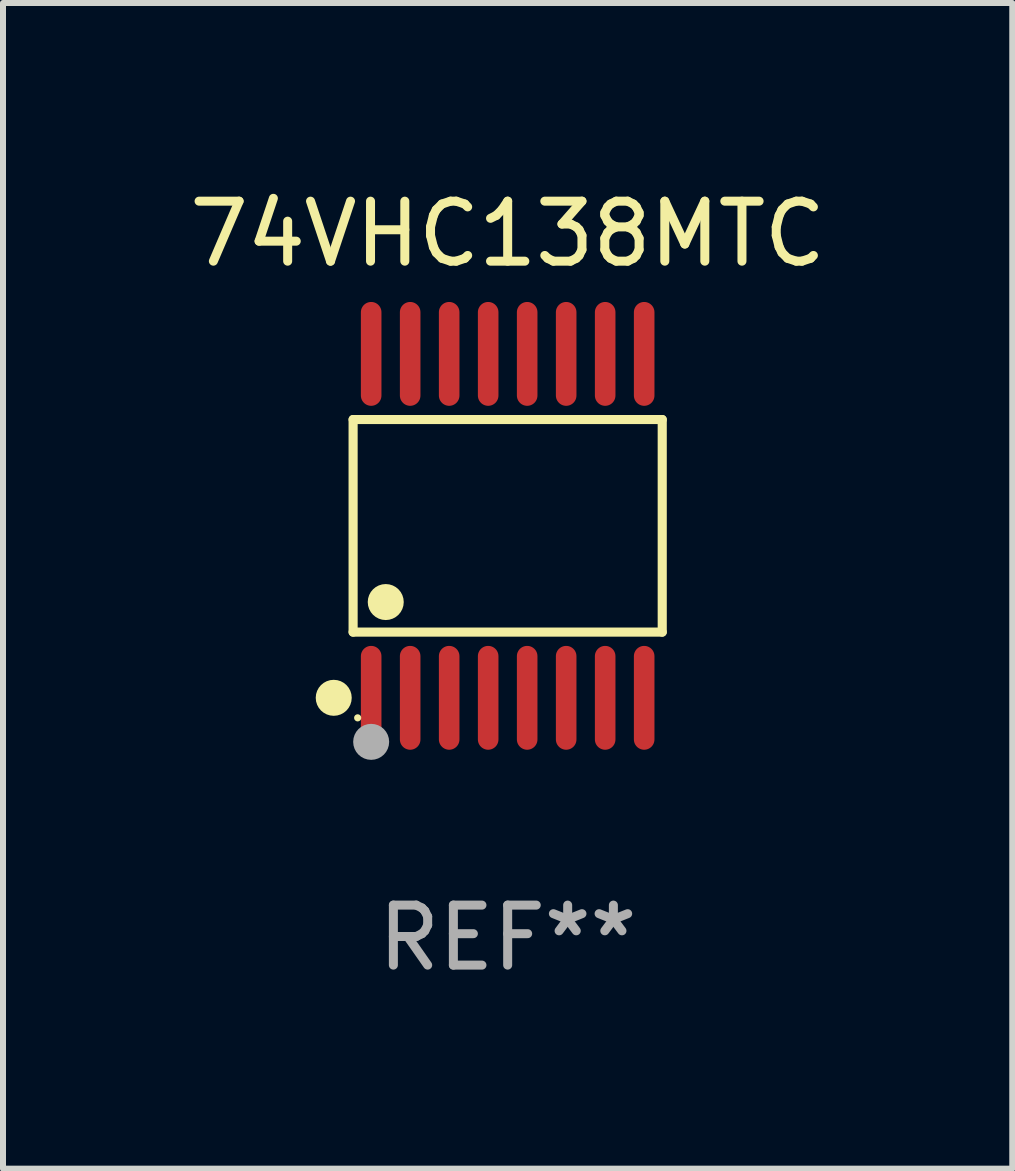
<source format=kicad_pcb>
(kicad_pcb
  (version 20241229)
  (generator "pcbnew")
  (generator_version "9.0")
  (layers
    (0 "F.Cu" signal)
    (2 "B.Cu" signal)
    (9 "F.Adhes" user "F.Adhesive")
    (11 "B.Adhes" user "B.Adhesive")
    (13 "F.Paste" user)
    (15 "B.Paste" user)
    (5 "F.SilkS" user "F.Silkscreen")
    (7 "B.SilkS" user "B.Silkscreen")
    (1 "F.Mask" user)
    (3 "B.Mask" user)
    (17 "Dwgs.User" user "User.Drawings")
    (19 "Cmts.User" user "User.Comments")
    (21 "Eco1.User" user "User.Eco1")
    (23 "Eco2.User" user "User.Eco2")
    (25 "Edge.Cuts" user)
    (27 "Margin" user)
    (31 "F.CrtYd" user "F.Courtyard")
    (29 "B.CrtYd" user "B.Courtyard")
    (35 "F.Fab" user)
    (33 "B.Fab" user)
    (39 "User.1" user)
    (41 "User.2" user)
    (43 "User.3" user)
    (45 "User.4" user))
  (footprint "74VHC138MTC"
    (layer "F.Cu")
    (at 5.411 5.714)
    (property "Reference" "74VHC138MTC" (at 0 -4.866 0) (layer "F.SilkS") (effects (font (size 1 1) (thickness 0.15))))
    (attr through_hole)
    (fp_line (start -2.576 -1.772) (end 2.576 -1.772) (stroke (width 0.152) (type solid)) (layer "F.SilkS"))
    (fp_line (start -2.576 1.771) (end -2.576 -1.772) (stroke (width 0.152) (type solid)) (layer "F.SilkS"))
    (fp_line (start 2.576 -1.772) (end 2.576 1.771) (stroke (width 0.152) (type solid)) (layer "F.SilkS"))
    (fp_line (start 2.576 1.771) (end -2.576 1.771) (stroke (width 0.152) (type solid)) (layer "F.SilkS"))
    (fp_circle (center -2.899 2.866) (end -2.749 2.866) (stroke (width 0.3) (type solid)) (fill no) (layer "F.SilkS"))
    (fp_circle (center -2.5 3.2) (end -2.47 3.2) (stroke (width 0.06) (type solid)) (fill no) (layer "F.SilkS"))
    (fp_circle (center -2.032 1.27) (end -1.882 1.27) (stroke (width 0.3) (type solid)) (fill no) (layer "F.SilkS"))
    (fp_circle (center -2.275 3.6) (end -2.125 3.6) (stroke (width 0.3) (type solid)) (fill no) (layer "F.Fab"))
    (fp_text user "REF**" (at 0 6.866 0) (layer "F.Fab") (effects (font (size 1 1) (thickness 0.15))))
    (pad "1" smd oval (at -2.275 2.866) (size 0.343 1.731) (layers "F.Cu" "F.Mask" "F.Paste"))
    (pad "2" smd oval (at -1.625 2.866) (size 0.343 1.731) (layers "F.Cu" "F.Mask" "F.Paste"))
    (pad "3" smd oval (at -0.975 2.866) (size 0.343 1.731) (layers "F.Cu" "F.Mask" "F.Paste"))
    (pad "4" smd oval (at -0.325 2.866) (size 0.343 1.731) (layers "F.Cu" "F.Mask" "F.Paste"))
    (pad "5" smd oval (at 0.325 2.866) (size 0.343 1.731) (layers "F.Cu" "F.Mask" "F.Paste"))
    (pad "6" smd oval (at 0.975 2.866) (size 0.343 1.731) (layers "F.Cu" "F.Mask" "F.Paste"))
    (pad "7" smd oval (at 1.625 2.866) (size 0.343 1.731) (layers "F.Cu" "F.Mask" "F.Paste"))
    (pad "8" smd oval (at 2.275 2.866) (size 0.343 1.731) (layers "F.Cu" "F.Mask" "F.Paste"))
    (pad "9" smd oval (at 2.275 -2.866) (size 0.343 1.731) (layers "F.Cu" "F.Mask" "F.Paste"))
    (pad "10" smd oval (at 1.625 -2.866) (size 0.343 1.731) (layers "F.Cu" "F.Mask" "F.Paste"))
    (pad "11" smd oval (at 0.975 -2.866) (size 0.343 1.731) (layers "F.Cu" "F.Mask" "F.Paste"))
    (pad "12" smd oval (at 0.325 -2.866) (size 0.343 1.731) (layers "F.Cu" "F.Mask" "F.Paste"))
    (pad "13" smd oval (at -0.325 -2.866) (size 0.343 1.731) (layers "F.Cu" "F.Mask" "F.Paste"))
    (pad "14" smd oval (at -0.975 -2.866) (size 0.343 1.731) (layers "F.Cu" "F.Mask" "F.Paste"))
    (pad "15" smd oval (at -1.625 -2.866) (size 0.343 1.731) (layers "F.Cu" "F.Mask" "F.Paste"))
    (pad "16" smd oval (at -2.275 -2.866) (size 0.343 1.731) (layers "F.Cu" "F.Mask" "F.Paste")))
  (gr_rect
    (start -3 -3)
    (end 13.821 16.428)
    (stroke (width 0.1) (type default))
    (fill no)
    (layer "Edge.Cuts")))
</source>
